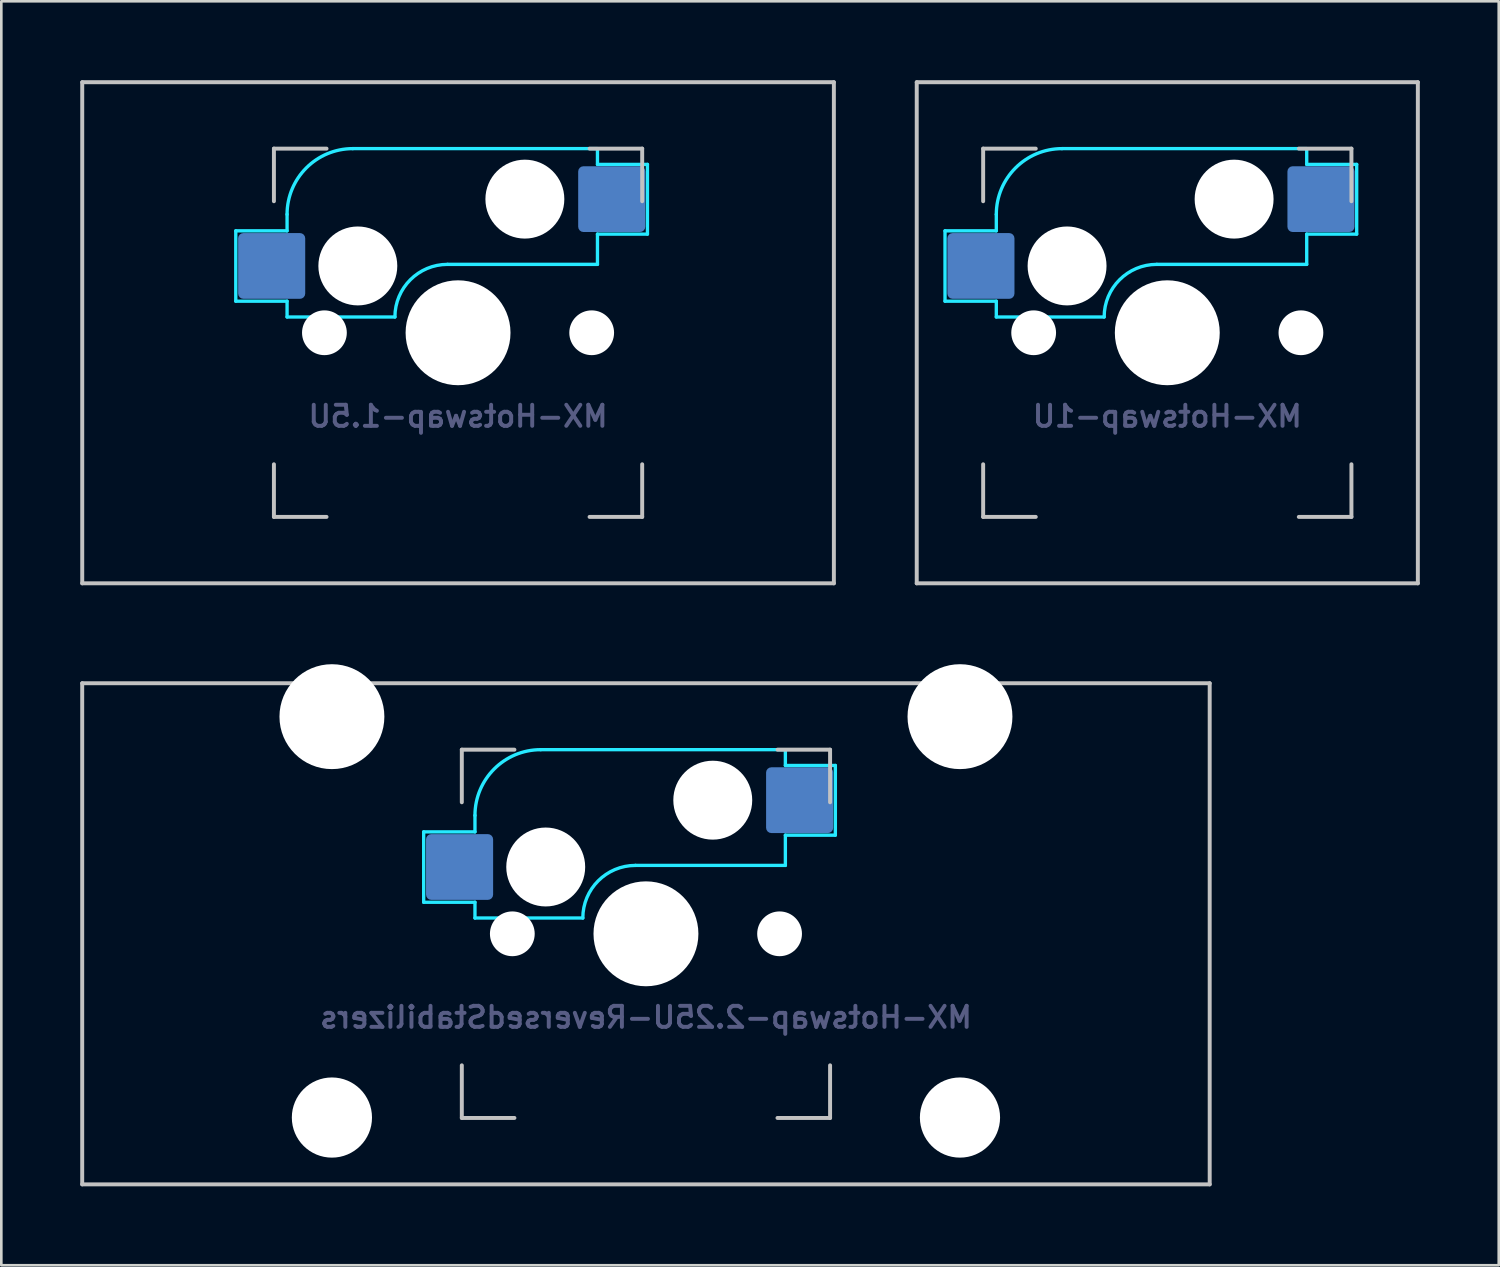
<source format=kicad_pcb>
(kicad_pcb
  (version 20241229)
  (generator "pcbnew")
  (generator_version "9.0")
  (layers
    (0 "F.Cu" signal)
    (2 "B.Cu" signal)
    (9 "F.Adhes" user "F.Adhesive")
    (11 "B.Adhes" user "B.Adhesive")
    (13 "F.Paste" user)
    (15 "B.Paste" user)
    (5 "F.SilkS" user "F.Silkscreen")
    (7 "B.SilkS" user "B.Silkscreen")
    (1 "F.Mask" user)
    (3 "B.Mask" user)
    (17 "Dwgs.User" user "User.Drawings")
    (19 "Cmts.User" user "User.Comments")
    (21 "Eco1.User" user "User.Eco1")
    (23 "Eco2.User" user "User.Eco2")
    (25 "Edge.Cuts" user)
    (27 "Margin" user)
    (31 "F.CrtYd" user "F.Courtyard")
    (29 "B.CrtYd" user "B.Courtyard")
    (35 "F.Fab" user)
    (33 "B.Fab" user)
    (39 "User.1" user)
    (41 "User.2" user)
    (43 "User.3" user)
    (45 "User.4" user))
  (footprint "MX-Hotswap-1U"
    (layer "F.Cu")
    (at 41.325 9.6)
    (property "Reference" "MX-Hotswap-1U" (at 0 3.175 0) (layer "B.Fab") (effects (font (size 0.8 0.8) (thickness 0.15)) (justify mirror)))
    (attr smd)
    (fp_line (start -9.525 9.525) (end -9.525 -9.525) (stroke (width 0.15) (type solid)) (layer "Dwgs.User"))
    (fp_line (start -7 -7) (end -7 -5) (stroke (width 0.15) (type solid)) (layer "Dwgs.User"))
    (fp_line (start -7 5) (end -7 7) (stroke (width 0.15) (type solid)) (layer "Dwgs.User"))
    (fp_line (start -7 7) (end -5 7) (stroke (width 0.15) (type solid)) (layer "Dwgs.User"))
    (fp_line (start -5 -7) (end -7 -7) (stroke (width 0.15) (type solid)) (layer "Dwgs.User"))
    (fp_line (start 5 -7) (end 7 -7) (stroke (width 0.15) (type solid)) (layer "Dwgs.User"))
    (fp_line (start 5 7) (end 7 7) (stroke (width 0.15) (type solid)) (layer "Dwgs.User"))
    (fp_line (start 7 -7) (end 7 -5) (stroke (width 0.15) (type solid)) (layer "Dwgs.User"))
    (fp_line (start 7 7) (end 7 5) (stroke (width 0.15) (type solid)) (layer "Dwgs.User"))
    (fp_line (start 9.525 -9.525) (end -9.525 -9.525) (stroke (width 0.15) (type solid)) (layer "Dwgs.User"))
    (fp_line (start 9.525 9.525) (end -9.525 9.525) (stroke (width 0.15) (type solid)) (layer "Dwgs.User"))
    (fp_line (start 9.525 9.525) (end 9.525 -9.525) (stroke (width 0.15) (type solid)) (layer "Dwgs.User"))
    (fp_line (start -8.45 -3.875) (end -8.45 -1.2) (stroke (width 0.127) (type solid)) (layer "B.CrtYd"))
    (fp_line (start -8.45 -1.2) (end -6.5 -1.2) (stroke (width 0.127) (type solid)) (layer "B.CrtYd"))
    (fp_line (start -6.5 -4.5) (end -6.5 -3.875) (stroke (width 0.127) (type solid)) (layer "B.CrtYd"))
    (fp_line (start -6.5 -3.875) (end -8.45 -3.875) (stroke (width 0.127) (type solid)) (layer "B.CrtYd"))
    (fp_line (start -6.5 -0.6) (end -6.5 -1.2) (stroke (width 0.127) (type solid)) (layer "B.CrtYd"))
    (fp_line (start -6.5 -0.6) (end -2.4 -0.6) (stroke (width 0.127) (type solid)) (layer "B.CrtYd"))
    (fp_line (start -0.4 -2.6) (end 5.3 -2.6) (stroke (width 0.127) (type solid)) (layer "B.CrtYd"))
    (fp_line (start 5.3 -7) (end -4 -7) (stroke (width 0.127) (type solid)) (layer "B.CrtYd"))
    (fp_line (start 5.3 -7) (end 5.3 -6.4) (stroke (width 0.127) (type solid)) (layer "B.CrtYd"))
    (fp_line (start 5.3 -6.4) (end 7.2 -6.4) (stroke (width 0.127) (type solid)) (layer "B.CrtYd"))
    (fp_line (start 5.3 -2.6) (end 5.3 -3.75) (stroke (width 0.127) (type solid)) (layer "B.CrtYd"))
    (fp_line (start 7.2 -6.4) (end 7.2 -3.75) (stroke (width 0.127) (type solid)) (layer "B.CrtYd"))
    (fp_line (start 7.2 -3.75) (end 5.3 -3.75) (stroke (width 0.127) (type solid)) (layer "B.CrtYd"))
    (fp_arc (start -6.5 -4.5) (mid -5.767767 -6.267767) (end -4 -7) (stroke (width 0.127) (type solid)) (layer "B.CrtYd"))
    (fp_arc (start -2.4 -0.6) (mid -1.814214 -2.014214) (end -0.4 -2.6) (stroke (width 0.127) (type solid)) (layer "B.CrtYd"))
    (pad "" np_thru_hole circle (at -5.08 0 48.099) (size 1.702 1.702) (drill 1.702) (layers "*.Cu" "*.Mask"))
    (pad "" np_thru_hole circle (at -3.81 -2.54) (size 3 3) (drill 3) (layers "*.Cu" "*.Mask"))
    (pad "" np_thru_hole circle (at 0 0) (size 3.988 3.988) (drill 3.988) (layers "*.Cu" "*.Mask"))
    (pad "" np_thru_hole circle (at 2.54 -5.08) (size 3 3) (drill 3) (layers "*.Cu" "*.Mask"))
    (pad "" np_thru_hole circle (at 5.08 0 48.099) (size 1.702 1.702) (drill 1.702) (layers "*.Cu" "*.Mask"))
    (pad "1" smd roundrect (at -7.085 -2.54) (size 2.55 2.5) (layers "B.Cu" "B.Mask" "B.Paste") (roundrect_rratio 0.08))
    (pad "2" smd roundrect (at 5.842 -5.08) (size 2.55 2.5) (layers "B.Cu" "B.Mask" "B.Paste") (roundrect_rratio 0.08)))
  (footprint "MX-Hotswap-2.25U-ReversedStabilizers"
    (layer "F.Cu")
    (at 21.506 32.449)
    (property "Reference" "MX-Hotswap-2.25U-ReversedStabilizers" (at 0 3.175 0) (layer "B.Fab") (effects (font (size 0.8 0.8) (thickness 0.15)) (justify mirror)))
    (attr smd)
    (fp_line (start -21.431 9.525) (end -21.431 -9.525) (stroke (width 0.15) (type solid)) (layer "Dwgs.User"))
    (fp_line (start -7 -7) (end -7 -5) (stroke (width 0.15) (type solid)) (layer "Dwgs.User"))
    (fp_line (start -7 5) (end -7 7) (stroke (width 0.15) (type solid)) (layer "Dwgs.User"))
    (fp_line (start -7 7) (end -5 7) (stroke (width 0.15) (type solid)) (layer "Dwgs.User"))
    (fp_line (start -5 -7) (end -7 -7) (stroke (width 0.15) (type solid)) (layer "Dwgs.User"))
    (fp_line (start 5 -7) (end 7 -7) (stroke (width 0.15) (type solid)) (layer "Dwgs.User"))
    (fp_line (start 5 7) (end 7 7) (stroke (width 0.15) (type solid)) (layer "Dwgs.User"))
    (fp_line (start 7 -7) (end 7 -5) (stroke (width 0.15) (type solid)) (layer "Dwgs.User"))
    (fp_line (start 7 7) (end 7 5) (stroke (width 0.15) (type solid)) (layer "Dwgs.User"))
    (fp_line (start 21.431 -9.525) (end -21.431 -9.525) (stroke (width 0.15) (type solid)) (layer "Dwgs.User"))
    (fp_line (start 21.431 9.525) (end -21.431 9.525) (stroke (width 0.15) (type solid)) (layer "Dwgs.User"))
    (fp_line (start 21.431 9.525) (end 21.431 -9.525) (stroke (width 0.15) (type solid)) (layer "Dwgs.User"))
    (fp_line (start -8.45 -3.875) (end -8.45 -1.2) (stroke (width 0.127) (type solid)) (layer "B.CrtYd"))
    (fp_line (start -8.45 -1.2) (end -6.5 -1.2) (stroke (width 0.127) (type solid)) (layer "B.CrtYd"))
    (fp_line (start -6.5 -4.5) (end -6.5 -3.875) (stroke (width 0.127) (type solid)) (layer "B.CrtYd"))
    (fp_line (start -6.5 -3.875) (end -8.45 -3.875) (stroke (width 0.127) (type solid)) (layer "B.CrtYd"))
    (fp_line (start -6.5 -0.6) (end -6.5 -1.2) (stroke (width 0.127) (type solid)) (layer "B.CrtYd"))
    (fp_line (start -6.5 -0.6) (end -2.4 -0.6) (stroke (width 0.127) (type solid)) (layer "B.CrtYd"))
    (fp_line (start -0.4 -2.6) (end 5.3 -2.6) (stroke (width 0.127) (type solid)) (layer "B.CrtYd"))
    (fp_line (start 5.3 -7) (end -4 -7) (stroke (width 0.127) (type solid)) (layer "B.CrtYd"))
    (fp_line (start 5.3 -7) (end 5.3 -6.4) (stroke (width 0.127) (type solid)) (layer "B.CrtYd"))
    (fp_line (start 5.3 -6.4) (end 7.2 -6.4) (stroke (width 0.127) (type solid)) (layer "B.CrtYd"))
    (fp_line (start 5.3 -2.6) (end 5.3 -3.75) (stroke (width 0.127) (type solid)) (layer "B.CrtYd"))
    (fp_line (start 7.2 -6.4) (end 7.2 -3.75) (stroke (width 0.127) (type solid)) (layer "B.CrtYd"))
    (fp_line (start 7.2 -3.75) (end 5.3 -3.75) (stroke (width 0.127) (type solid)) (layer "B.CrtYd"))
    (fp_arc (start -6.5 -4.5) (mid -5.767767 -6.267767) (end -4 -7) (stroke (width 0.127) (type solid)) (layer "B.CrtYd"))
    (fp_arc (start -2.4 -0.6) (mid -1.814214 -2.014214) (end -0.4 -2.6) (stroke (width 0.127) (type solid)) (layer "B.CrtYd"))
    (pad "" np_thru_hole circle (at -11.938 -8.255) (size 3.988 3.988) (drill 3.988) (layers "*.Cu" "*.Mask"))
    (pad "" np_thru_hole circle (at -11.938 6.985) (size 3.048 3.048) (drill 3.048) (layers "*.Cu" "*.Mask"))
    (pad "" np_thru_hole circle (at -5.08 0 48.099) (size 1.702 1.702) (drill 1.702) (layers "*.Cu" "*.Mask"))
    (pad "" np_thru_hole circle (at -3.81 -2.54) (size 3 3) (drill 3) (layers "*.Cu" "*.Mask"))
    (pad "" np_thru_hole circle (at 0 0) (size 3.988 3.988) (drill 3.988) (layers "*.Cu" "*.Mask"))
    (pad "" np_thru_hole circle (at 2.54 -5.08) (size 3 3) (drill 3) (layers "*.Cu" "*.Mask"))
    (pad "" np_thru_hole circle (at 5.08 0 48.099) (size 1.702 1.702) (drill 1.702) (layers "*.Cu" "*.Mask"))
    (pad "" np_thru_hole circle (at 11.938 -8.255) (size 3.988 3.988) (drill 3.988) (layers "*.Cu" "*.Mask"))
    (pad "" np_thru_hole circle (at 11.938 6.985) (size 3.048 3.048) (drill 3.048) (layers "*.Cu" "*.Mask"))
    (pad "1" smd roundrect (at -7.085 -2.54) (size 2.55 2.5) (layers "B.Cu" "B.Mask" "B.Paste") (roundrect_rratio 0.08))
    (pad "2" smd roundrect (at 5.842 -5.08) (size 2.55 2.5) (layers "B.Cu" "B.Mask" "B.Paste") (roundrect_rratio 0.08)))
  (footprint "MX-Hotswap-1.5U"
    (layer "F.Cu")
    (at 14.363 9.6)
    (property "Reference" "MX-Hotswap-1.5U" (at 0 3.175 0) (layer "B.Fab") (effects (font (size 0.8 0.8) (thickness 0.15)) (justify mirror)))
    (attr smd)
    (fp_line (start -14.287 9.525) (end -14.287 -9.525) (stroke (width 0.15) (type solid)) (layer "Dwgs.User"))
    (fp_line (start -7 -7) (end -7 -5) (stroke (width 0.15) (type solid)) (layer "Dwgs.User"))
    (fp_line (start -7 5) (end -7 7) (stroke (width 0.15) (type solid)) (layer "Dwgs.User"))
    (fp_line (start -7 7) (end -5 7) (stroke (width 0.15) (type solid)) (layer "Dwgs.User"))
    (fp_line (start -5 -7) (end -7 -7) (stroke (width 0.15) (type solid)) (layer "Dwgs.User"))
    (fp_line (start 5 -7) (end 7 -7) (stroke (width 0.15) (type solid)) (layer "Dwgs.User"))
    (fp_line (start 5 7) (end 7 7) (stroke (width 0.15) (type solid)) (layer "Dwgs.User"))
    (fp_line (start 7 -7) (end 7 -5) (stroke (width 0.15) (type solid)) (layer "Dwgs.User"))
    (fp_line (start 7 7) (end 7 5) (stroke (width 0.15) (type solid)) (layer "Dwgs.User"))
    (fp_line (start 14.287 -9.525) (end -14.287 -9.525) (stroke (width 0.15) (type solid)) (layer "Dwgs.User"))
    (fp_line (start 14.287 9.525) (end -14.287 9.525) (stroke (width 0.15) (type solid)) (layer "Dwgs.User"))
    (fp_line (start 14.287 9.525) (end 14.287 -9.525) (stroke (width 0.15) (type solid)) (layer "Dwgs.User"))
    (fp_line (start -8.45 -3.875) (end -8.45 -1.2) (stroke (width 0.127) (type solid)) (layer "B.CrtYd"))
    (fp_line (start -8.45 -1.2) (end -6.5 -1.2) (stroke (width 0.127) (type solid)) (layer "B.CrtYd"))
    (fp_line (start -6.5 -4.5) (end -6.5 -3.875) (stroke (width 0.127) (type solid)) (layer "B.CrtYd"))
    (fp_line (start -6.5 -3.875) (end -8.45 -3.875) (stroke (width 0.127) (type solid)) (layer "B.CrtYd"))
    (fp_line (start -6.5 -0.6) (end -6.5 -1.2) (stroke (width 0.127) (type solid)) (layer "B.CrtYd"))
    (fp_line (start -6.5 -0.6) (end -2.4 -0.6) (stroke (width 0.127) (type solid)) (layer "B.CrtYd"))
    (fp_line (start -0.4 -2.6) (end 5.3 -2.6) (stroke (width 0.127) (type solid)) (layer "B.CrtYd"))
    (fp_line (start 5.3 -7) (end -4 -7) (stroke (width 0.127) (type solid)) (layer "B.CrtYd"))
    (fp_line (start 5.3 -7) (end 5.3 -6.4) (stroke (width 0.127) (type solid)) (layer "B.CrtYd"))
    (fp_line (start 5.3 -6.4) (end 7.2 -6.4) (stroke (width 0.127) (type solid)) (layer "B.CrtYd"))
    (fp_line (start 5.3 -2.6) (end 5.3 -3.75) (stroke (width 0.127) (type solid)) (layer "B.CrtYd"))
    (fp_line (start 7.2 -6.4) (end 7.2 -3.75) (stroke (width 0.127) (type solid)) (layer "B.CrtYd"))
    (fp_line (start 7.2 -3.75) (end 5.3 -3.75) (stroke (width 0.127) (type solid)) (layer "B.CrtYd"))
    (fp_arc (start -6.5 -4.5) (mid -5.767767 -6.267767) (end -4 -7) (stroke (width 0.127) (type solid)) (layer "B.CrtYd"))
    (fp_arc (start -2.4 -0.6) (mid -1.814214 -2.014214) (end -0.4 -2.6) (stroke (width 0.127) (type solid)) (layer "B.CrtYd"))
    (pad "" np_thru_hole circle (at -5.08 0 48.099) (size 1.702 1.702) (drill 1.702) (layers "*.Cu" "*.Mask"))
    (pad "" np_thru_hole circle (at -3.81 -2.54) (size 3 3) (drill 3) (layers "*.Cu" "*.Mask"))
    (pad "" np_thru_hole circle (at 0 0) (size 3.988 3.988) (drill 3.988) (layers "*.Cu" "*.Mask"))
    (pad "" np_thru_hole circle (at 2.54 -5.08) (size 3 3) (drill 3) (layers "*.Cu" "*.Mask"))
    (pad "" np_thru_hole circle (at 5.08 0 48.099) (size 1.702 1.702) (drill 1.702) (layers "*.Cu" "*.Mask"))
    (pad "1" smd roundrect (at -7.085 -2.54) (size 2.55 2.5) (layers "B.Cu" "B.Mask" "B.Paste") (roundrect_rratio 0.08))
    (pad "2" smd roundrect (at 5.842 -5.08) (size 2.55 2.5) (layers "B.Cu" "B.Mask" "B.Paste") (roundrect_rratio 0.08)))
  (gr_rect
    (start -3 -3)
    (end 53.925 45.049)
    (stroke (width 0.1) (type default))
    (fill no)
    (layer "Edge.Cuts")))
</source>
